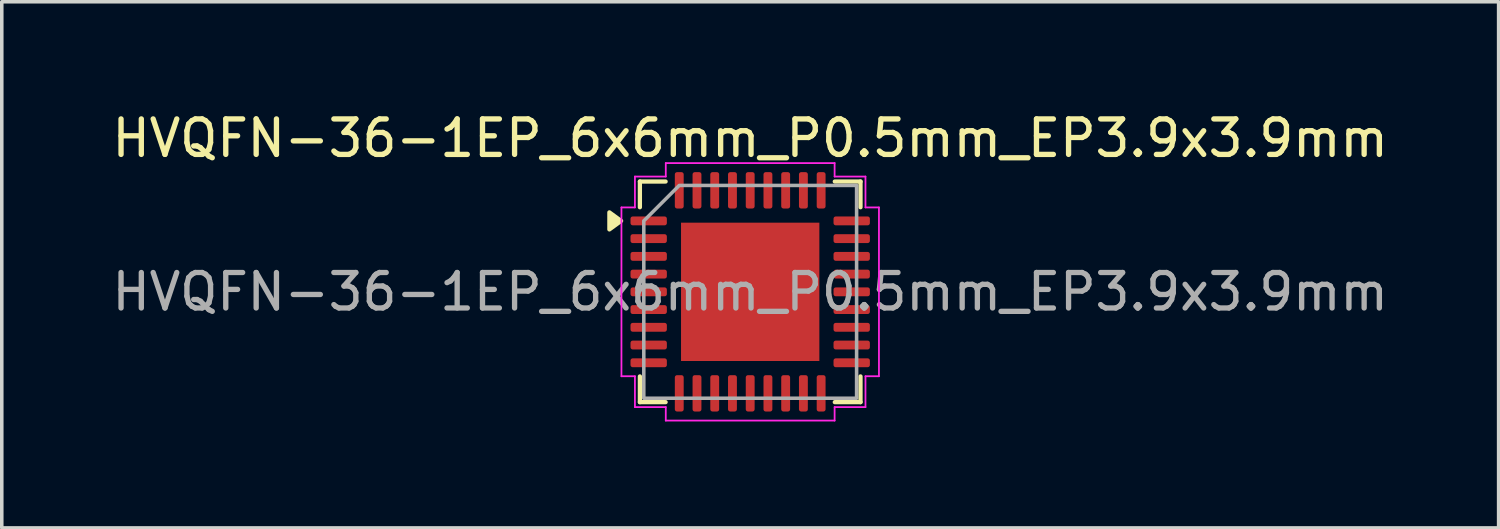
<source format=kicad_pcb>
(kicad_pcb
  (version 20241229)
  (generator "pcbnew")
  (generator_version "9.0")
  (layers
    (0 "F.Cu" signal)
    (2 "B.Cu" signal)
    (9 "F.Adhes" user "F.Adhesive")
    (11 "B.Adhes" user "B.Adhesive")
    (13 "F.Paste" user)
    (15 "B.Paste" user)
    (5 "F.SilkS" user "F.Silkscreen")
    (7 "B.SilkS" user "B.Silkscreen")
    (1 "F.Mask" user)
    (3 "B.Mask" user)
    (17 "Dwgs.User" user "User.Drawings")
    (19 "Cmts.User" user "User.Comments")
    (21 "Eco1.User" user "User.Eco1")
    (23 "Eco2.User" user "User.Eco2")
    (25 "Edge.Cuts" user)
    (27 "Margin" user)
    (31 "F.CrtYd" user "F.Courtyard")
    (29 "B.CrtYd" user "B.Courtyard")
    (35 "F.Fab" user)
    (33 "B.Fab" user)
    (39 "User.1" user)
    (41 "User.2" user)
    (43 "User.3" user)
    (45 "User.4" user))
  (footprint "HVQFN-36-1EP_6x6mm_P0.5mm_EP3.9x3.9mm"
    (layer "F.Cu")
    (at 18.101 5.178)
    (property "Reference" "HVQFN-36-1EP_6x6mm_P0.5mm_EP3.9x3.9mm" (at 0 -4.33 0) (layer "F.SilkS") (effects (font (size 1 1) (thickness 0.15))))
    (attr smd)
    (fp_line (start -3.11 -3.11) (end -2.385 -3.11) (stroke (width 0.12) (type solid)) (layer "F.SilkS"))
    (fp_line (start -3.11 -2.385) (end -3.11 -3.11) (stroke (width 0.12) (type solid)) (layer "F.SilkS"))
    (fp_line (start -3.11 3.11) (end -3.11 2.385) (stroke (width 0.12) (type solid)) (layer "F.SilkS"))
    (fp_line (start -2.385 3.11) (end -3.11 3.11) (stroke (width 0.12) (type solid)) (layer "F.SilkS"))
    (fp_line (start 2.385 -3.11) (end 3.11 -3.11) (stroke (width 0.12) (type solid)) (layer "F.SilkS"))
    (fp_line (start 3.11 -3.11) (end 3.11 -2.385) (stroke (width 0.12) (type solid)) (layer "F.SilkS"))
    (fp_line (start 3.11 2.385) (end 3.11 3.11) (stroke (width 0.12) (type solid)) (layer "F.SilkS"))
    (fp_line (start 3.11 3.11) (end 2.385 3.11) (stroke (width 0.12) (type solid)) (layer "F.SilkS"))
    (fp_poly (pts (xy -3.64 -2) (xy -3.97 -1.76) (xy -3.97 -2.24)) (stroke (width 0.12) (type solid)) (fill yes) (layer "F.SilkS"))
    (fp_line (start -3.63 -2.38) (end -3.25 -2.38) (stroke (width 0.05) (type solid)) (layer "F.CrtYd"))
    (fp_line (start -3.63 2.38) (end -3.63 -2.38) (stroke (width 0.05) (type solid)) (layer "F.CrtYd"))
    (fp_line (start -3.25 -3.25) (end -2.38 -3.25) (stroke (width 0.05) (type solid)) (layer "F.CrtYd"))
    (fp_line (start -3.25 -2.38) (end -3.25 -3.25) (stroke (width 0.05) (type solid)) (layer "F.CrtYd"))
    (fp_line (start -3.25 2.38) (end -3.63 2.38) (stroke (width 0.05) (type solid)) (layer "F.CrtYd"))
    (fp_line (start -3.25 3.25) (end -3.25 2.38) (stroke (width 0.05) (type solid)) (layer "F.CrtYd"))
    (fp_line (start -2.38 -3.63) (end 2.38 -3.63) (stroke (width 0.05) (type solid)) (layer "F.CrtYd"))
    (fp_line (start -2.38 -3.25) (end -2.38 -3.63) (stroke (width 0.05) (type solid)) (layer "F.CrtYd"))
    (fp_line (start -2.38 3.25) (end -3.25 3.25) (stroke (width 0.05) (type solid)) (layer "F.CrtYd"))
    (fp_line (start -2.38 3.63) (end -2.38 3.25) (stroke (width 0.05) (type solid)) (layer "F.CrtYd"))
    (fp_line (start 2.38 -3.63) (end 2.38 -3.25) (stroke (width 0.05) (type solid)) (layer "F.CrtYd"))
    (fp_line (start 2.38 -3.25) (end 3.25 -3.25) (stroke (width 0.05) (type solid)) (layer "F.CrtYd"))
    (fp_line (start 2.38 3.25) (end 2.38 3.63) (stroke (width 0.05) (type solid)) (layer "F.CrtYd"))
    (fp_line (start 2.38 3.63) (end -2.38 3.63) (stroke (width 0.05) (type solid)) (layer "F.CrtYd"))
    (fp_line (start 3.25 -3.25) (end 3.25 -2.38) (stroke (width 0.05) (type solid)) (layer "F.CrtYd"))
    (fp_line (start 3.25 -2.38) (end 3.63 -2.38) (stroke (width 0.05) (type solid)) (layer "F.CrtYd"))
    (fp_line (start 3.25 2.38) (end 3.25 3.25) (stroke (width 0.05) (type solid)) (layer "F.CrtYd"))
    (fp_line (start 3.25 3.25) (end 2.38 3.25) (stroke (width 0.05) (type solid)) (layer "F.CrtYd"))
    (fp_line (start 3.63 -2.38) (end 3.63 2.38) (stroke (width 0.05) (type solid)) (layer "F.CrtYd"))
    (fp_line (start 3.63 2.38) (end 3.25 2.38) (stroke (width 0.05) (type solid)) (layer "F.CrtYd"))
    (fp_poly (pts (xy -2 -3) (xy 3 -3) (xy 3 3) (xy -3 3) (xy -3 -2)) (stroke (width 0.1) (type solid)) (fill no) (layer "F.Fab"))
    (fp_text user "${REFERENCE}" (at 0 0 0) (layer "F.Fab") (effects (font (size 1 1) (thickness 0.15))))
    (pad "" smd roundrect (at -1.3 -1.3) (size 1.05 1.05) (layers "F.Paste") (roundrect_rratio 0.238))
    (pad "" smd roundrect (at -1.3 0) (size 1.05 1.05) (layers "F.Paste") (roundrect_rratio 0.238))
    (pad "" smd roundrect (at -1.3 1.3) (size 1.05 1.05) (layers "F.Paste") (roundrect_rratio 0.238))
    (pad "" smd roundrect (at 0 -1.3) (size 1.05 1.05) (layers "F.Paste") (roundrect_rratio 0.238))
    (pad "" smd roundrect (at 0 0) (size 1.05 1.05) (layers "F.Paste") (roundrect_rratio 0.238))
    (pad "" smd roundrect (at 0 1.3) (size 1.05 1.05) (layers "F.Paste") (roundrect_rratio 0.238))
    (pad "" smd roundrect (at 1.3 -1.3) (size 1.05 1.05) (layers "F.Paste") (roundrect_rratio 0.238))
    (pad "" smd roundrect (at 1.3 0) (size 1.05 1.05) (layers "F.Paste") (roundrect_rratio 0.238))
    (pad "" smd roundrect (at 1.3 1.3) (size 1.05 1.05) (layers "F.Paste") (roundrect_rratio 0.238))
    (pad "1" smd roundrect (at -2.862 -2) (size 1.025 0.25) (layers "F.Cu" "F.Mask" "F.Paste") (roundrect_rratio 0.25))
    (pad "2" smd roundrect (at -2.862 -1.5) (size 1.025 0.25) (layers "F.Cu" "F.Mask" "F.Paste") (roundrect_rratio 0.25))
    (pad "3" smd roundrect (at -2.862 -1) (size 1.025 0.25) (layers "F.Cu" "F.Mask" "F.Paste") (roundrect_rratio 0.25))
    (pad "4" smd roundrect (at -2.862 -0.5) (size 1.025 0.25) (layers "F.Cu" "F.Mask" "F.Paste") (roundrect_rratio 0.25))
    (pad "5" smd roundrect (at -2.862 0) (size 1.025 0.25) (layers "F.Cu" "F.Mask" "F.Paste") (roundrect_rratio 0.25))
    (pad "6" smd roundrect (at -2.862 0.5) (size 1.025 0.25) (layers "F.Cu" "F.Mask" "F.Paste") (roundrect_rratio 0.25))
    (pad "7" smd roundrect (at -2.862 1) (size 1.025 0.25) (layers "F.Cu" "F.Mask" "F.Paste") (roundrect_rratio 0.25))
    (pad "8" smd roundrect (at -2.862 1.5) (size 1.025 0.25) (layers "F.Cu" "F.Mask" "F.Paste") (roundrect_rratio 0.25))
    (pad "9" smd roundrect (at -2.862 2) (size 1.025 0.25) (layers "F.Cu" "F.Mask" "F.Paste") (roundrect_rratio 0.25))
    (pad "10" smd roundrect (at -2 2.862) (size 0.25 1.025) (layers "F.Cu" "F.Mask" "F.Paste") (roundrect_rratio 0.25))
    (pad "11" smd roundrect (at -1.5 2.862) (size 0.25 1.025) (layers "F.Cu" "F.Mask" "F.Paste") (roundrect_rratio 0.25))
    (pad "12" smd roundrect (at -1 2.862) (size 0.25 1.025) (layers "F.Cu" "F.Mask" "F.Paste") (roundrect_rratio 0.25))
    (pad "13" smd roundrect (at -0.5 2.862) (size 0.25 1.025) (layers "F.Cu" "F.Mask" "F.Paste") (roundrect_rratio 0.25))
    (pad "14" smd roundrect (at 0 2.862) (size 0.25 1.025) (layers "F.Cu" "F.Mask" "F.Paste") (roundrect_rratio 0.25))
    (pad "15" smd roundrect (at 0.5 2.862) (size 0.25 1.025) (layers "F.Cu" "F.Mask" "F.Paste") (roundrect_rratio 0.25))
    (pad "16" smd roundrect (at 1 2.862) (size 0.25 1.025) (layers "F.Cu" "F.Mask" "F.Paste") (roundrect_rratio 0.25))
    (pad "17" smd roundrect (at 1.5 2.862) (size 0.25 1.025) (layers "F.Cu" "F.Mask" "F.Paste") (roundrect_rratio 0.25))
    (pad "18" smd roundrect (at 2 2.862) (size 0.25 1.025) (layers "F.Cu" "F.Mask" "F.Paste") (roundrect_rratio 0.25))
    (pad "19" smd roundrect (at 2.862 2) (size 1.025 0.25) (layers "F.Cu" "F.Mask" "F.Paste") (roundrect_rratio 0.25))
    (pad "20" smd roundrect (at 2.862 1.5) (size 1.025 0.25) (layers "F.Cu" "F.Mask" "F.Paste") (roundrect_rratio 0.25))
    (pad "21" smd roundrect (at 2.862 1) (size 1.025 0.25) (layers "F.Cu" "F.Mask" "F.Paste") (roundrect_rratio 0.25))
    (pad "22" smd roundrect (at 2.862 0.5) (size 1.025 0.25) (layers "F.Cu" "F.Mask" "F.Paste") (roundrect_rratio 0.25))
    (pad "23" smd roundrect (at 2.862 0) (size 1.025 0.25) (layers "F.Cu" "F.Mask" "F.Paste") (roundrect_rratio 0.25))
    (pad "24" smd roundrect (at 2.862 -0.5) (size 1.025 0.25) (layers "F.Cu" "F.Mask" "F.Paste") (roundrect_rratio 0.25))
    (pad "25" smd roundrect (at 2.862 -1) (size 1.025 0.25) (layers "F.Cu" "F.Mask" "F.Paste") (roundrect_rratio 0.25))
    (pad "26" smd roundrect (at 2.862 -1.5) (size 1.025 0.25) (layers "F.Cu" "F.Mask" "F.Paste") (roundrect_rratio 0.25))
    (pad "27" smd roundrect (at 2.862 -2) (size 1.025 0.25) (layers "F.Cu" "F.Mask" "F.Paste") (roundrect_rratio 0.25))
    (pad "28" smd roundrect (at 2 -2.862) (size 0.25 1.025) (layers "F.Cu" "F.Mask" "F.Paste") (roundrect_rratio 0.25))
    (pad "29" smd roundrect (at 1.5 -2.862) (size 0.25 1.025) (layers "F.Cu" "F.Mask" "F.Paste") (roundrect_rratio 0.25))
    (pad "30" smd roundrect (at 1 -2.862) (size 0.25 1.025) (layers "F.Cu" "F.Mask" "F.Paste") (roundrect_rratio 0.25))
    (pad "31" smd roundrect (at 0.5 -2.862) (size 0.25 1.025) (layers "F.Cu" "F.Mask" "F.Paste") (roundrect_rratio 0.25))
    (pad "32" smd roundrect (at 0 -2.862) (size 0.25 1.025) (layers "F.Cu" "F.Mask" "F.Paste") (roundrect_rratio 0.25))
    (pad "33" smd roundrect (at -0.5 -2.862) (size 0.25 1.025) (layers "F.Cu" "F.Mask" "F.Paste") (roundrect_rratio 0.25))
    (pad "34" smd roundrect (at -1 -2.862) (size 0.25 1.025) (layers "F.Cu" "F.Mask" "F.Paste") (roundrect_rratio 0.25))
    (pad "35" smd roundrect (at -1.5 -2.862) (size 0.25 1.025) (layers "F.Cu" "F.Mask" "F.Paste") (roundrect_rratio 0.25))
    (pad "36" smd roundrect (at -2 -2.862) (size 0.25 1.025) (layers "F.Cu" "F.Mask" "F.Paste") (roundrect_rratio 0.25))
    (pad "37" smd rect (at 0 0) (size 3.9 3.9) (property pad_prop_heatsink) (layers "F.Cu" "F.Mask")))
  (gr_rect
    (start -3 -3)
    (end 39.202 11.833)
    (stroke (width 0.1) (type default))
    (fill no)
    (layer "Edge.Cuts")))
</source>
